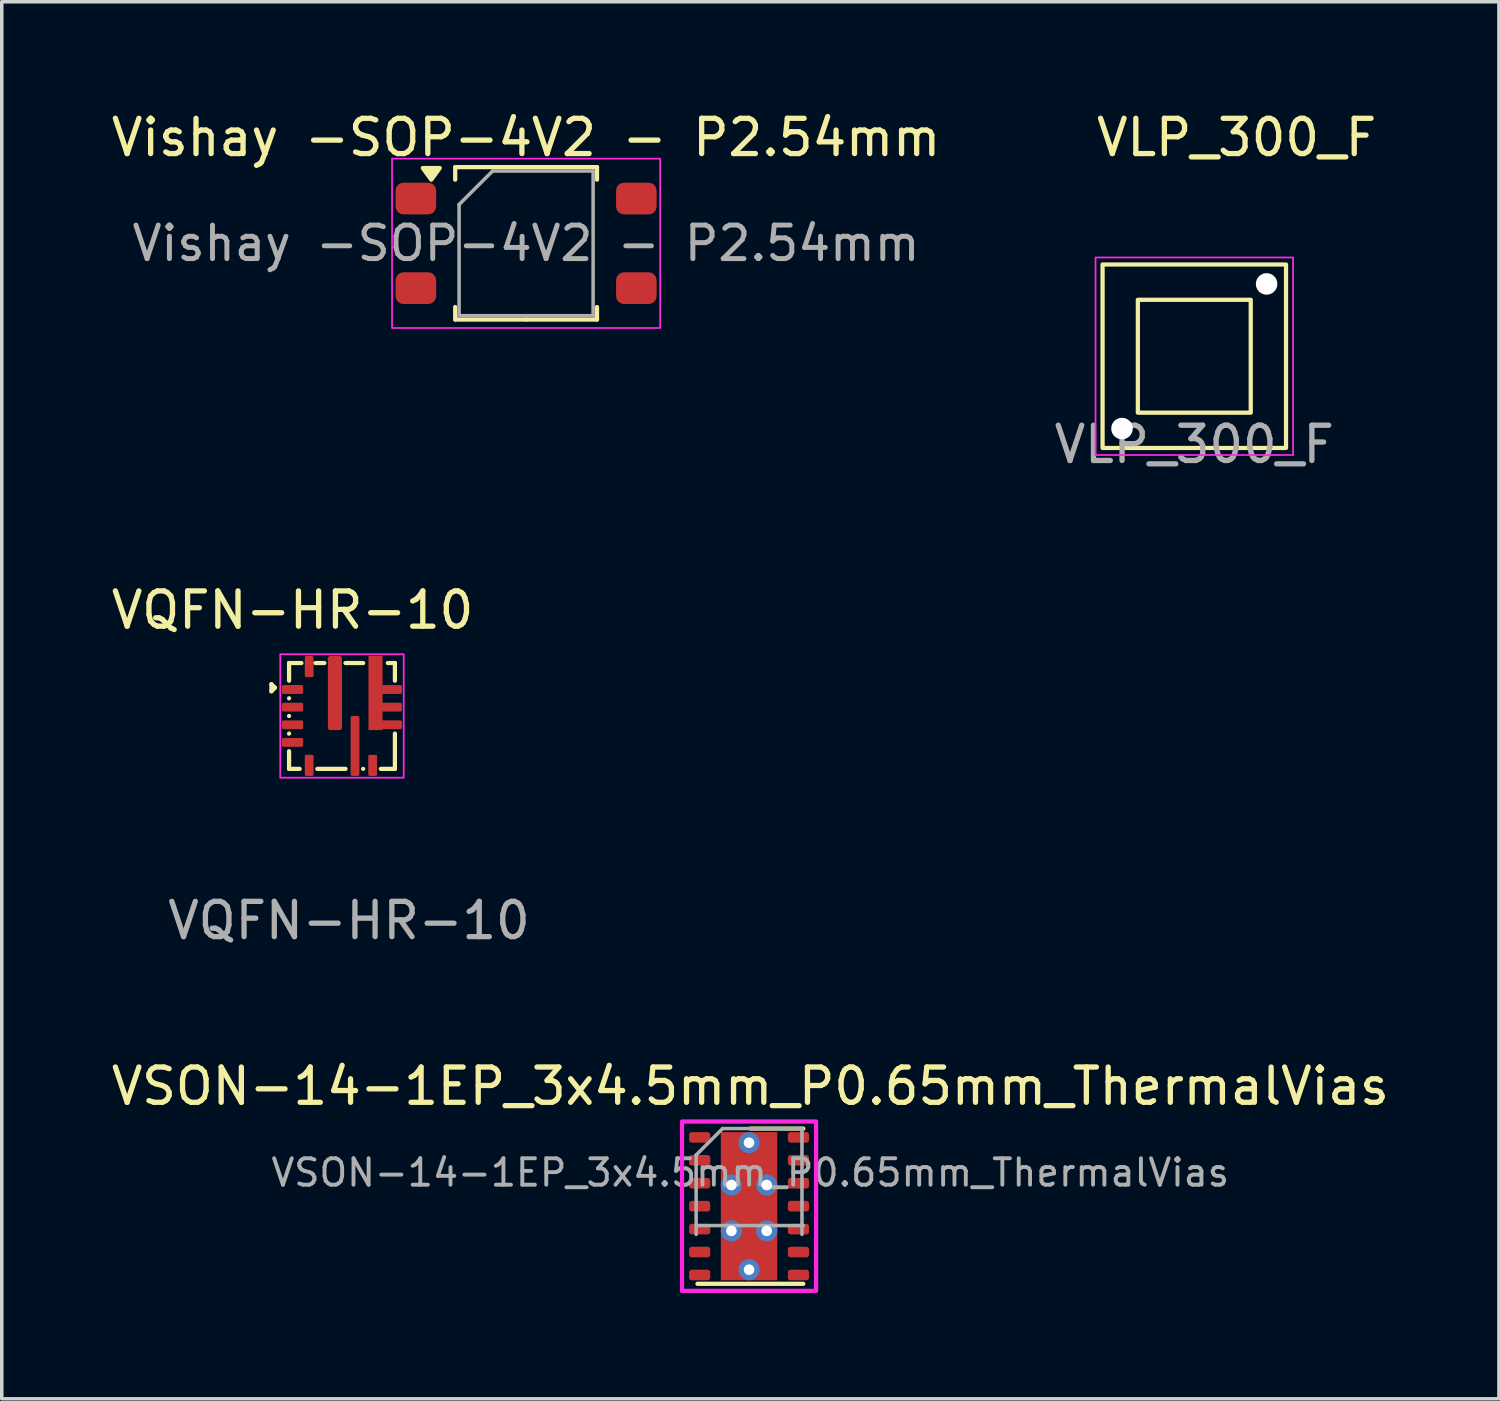
<source format=kicad_pcb>
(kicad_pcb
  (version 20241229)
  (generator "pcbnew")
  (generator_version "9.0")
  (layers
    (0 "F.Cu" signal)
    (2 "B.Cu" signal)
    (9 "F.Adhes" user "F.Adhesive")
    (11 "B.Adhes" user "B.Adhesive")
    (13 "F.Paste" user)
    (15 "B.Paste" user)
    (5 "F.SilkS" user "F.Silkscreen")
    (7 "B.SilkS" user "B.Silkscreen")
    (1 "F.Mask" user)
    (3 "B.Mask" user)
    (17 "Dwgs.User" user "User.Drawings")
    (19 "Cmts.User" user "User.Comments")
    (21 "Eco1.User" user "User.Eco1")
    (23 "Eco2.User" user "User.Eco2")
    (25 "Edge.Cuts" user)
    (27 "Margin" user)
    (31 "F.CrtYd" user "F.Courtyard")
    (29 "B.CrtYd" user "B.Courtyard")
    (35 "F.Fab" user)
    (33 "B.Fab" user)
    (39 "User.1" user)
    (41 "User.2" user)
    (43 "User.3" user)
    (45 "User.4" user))
  (footprint "VLP_300_F"
    (layer "F.Cu")
    (at 30.804 7.048)
    (property "Reference" "VLP_300_F" (at 1.2 -6.2 0) (unlocked yes) (layer "F.SilkS") (effects (font (size 1 1) (thickness 0.15))))
    (attr through_hole)
    (fp_rect (start -2.6 -2.6) (end 2.6 2.6) (stroke (width 0.12) (type default)) (fill no) (layer "F.SilkS"))
    (fp_rect (start -1.6 -1.6) (end 1.6 1.6) (stroke (width 0.12) (type default)) (fill no) (layer "F.SilkS"))
    (fp_rect (start -2.8 -2.8) (end 2.8 2.8) (stroke (width 0.05) (type default)) (fill no) (layer "F.CrtYd"))
    (fp_text user "${REFERENCE}" (at 0 2.5 0) (unlocked yes) (layer "F.Fab") (effects (font (size 1 1) (thickness 0.15))))
    (pad "" np_thru_hole circle (at -2.05 2.05) (size 0.61 0.61) (drill 0.61) (layers "*.Cu" "*.Mask"))
    (pad "" np_thru_hole circle (at 2.05 -2.05) (size 0.61 0.61) (drill 0.61) (layers "*.Cu" "*.Mask")))
  (footprint "VSON-14-1EP_3x4.5mm_P0.65mm_ThermalVias"
    (layer "F.Cu")
    (at 18.183 31.141)
    (property "Reference" "VSON-14-1EP_3x4.5mm_P0.65mm_ThermalVias" (at 0.037 -3.4 0) (layer "F.SilkS") (effects (font (size 1 1) (thickness 0.15))))
    (attr smd)
    (fp_line (start -1.462 2.2) (end 1.538 2.2) (stroke (width 0.12) (type solid)) (layer "F.SilkS"))
    (fp_line (start 0.037 -2.2) (end 1.538 -2.2) (stroke (width 0.12) (type solid)) (layer "F.SilkS"))
    (fp_rect (start -1.9 2.4) (end 1.9 -2.4) (stroke (width 0.12) (type default)) (fill no) (layer "F.CrtYd"))
    (fp_line (start -1.5 -1.45) (end -0.75 -2.2) (stroke (width 0.1) (type solid)) (layer "F.Fab"))
    (fp_line (start -1.5 0.8) (end -1.5 -1.45) (stroke (width 0.1) (type solid)) (layer "F.Fab"))
    (fp_line (start -0.75 -2.2) (end 1.5 -2.2) (stroke (width 0.1) (type solid)) (layer "F.Fab"))
    (fp_line (start 1.5 -2.2) (end 1.5 0.8) (stroke (width 0.1) (type solid)) (layer "F.Fab"))
    (fp_line (start 1.538 0.55) (end -1.462 0.55) (stroke (width 0.1) (type solid)) (layer "F.Fab"))
    (fp_text user "${REFERENCE}" (at 0.037 -0.95 0) (layer "F.Fab") (effects (font (size 0.75 0.75) (thickness 0.11))))
    (pad "1" smd roundrect (at -1.4 -1.95) (size 0.6 0.3) (layers "F.Cu" "F.Mask" "F.Paste") (roundrect_rratio 0.25))
    (pad "2" smd roundrect (at -1.4 -1.3) (size 0.6 0.3) (layers "F.Cu" "F.Mask" "F.Paste") (roundrect_rratio 0.25))
    (pad "3" smd roundrect (at -1.4 -0.65) (size 0.6 0.3) (layers "F.Cu" "F.Mask" "F.Paste") (roundrect_rratio 0.25))
    (pad "4" smd roundrect (at -1.4 0) (size 0.6 0.3) (layers "F.Cu" "F.Mask" "F.Paste") (roundrect_rratio 0.25))
    (pad "5" smd roundrect (at -1.4 0.65) (size 0.6 0.3) (layers "F.Cu" "F.Mask" "F.Paste") (roundrect_rratio 0.25))
    (pad "6" smd roundrect (at -1.4 1.3) (size 0.6 0.3) (layers "F.Cu" "F.Mask" "F.Paste") (roundrect_rratio 0.25))
    (pad "7" smd roundrect (at -1.4 1.95) (size 0.6 0.3) (layers "F.Cu" "F.Mask" "F.Paste") (roundrect_rratio 0.25))
    (pad "8" smd roundrect (at 1.4 1.95) (size 0.6 0.3) (layers "F.Cu" "F.Mask" "F.Paste") (roundrect_rratio 0.25))
    (pad "9" smd roundrect (at 1.4 1.3) (size 0.6 0.3) (layers "F.Cu" "F.Mask" "F.Paste") (roundrect_rratio 0.25))
    (pad "10" smd roundrect (at 1.4 0.65) (size 0.6 0.3) (layers "F.Cu" "F.Mask" "F.Paste") (roundrect_rratio 0.25))
    (pad "11" smd roundrect (at 1.4 0) (size 0.6 0.3) (layers "F.Cu" "F.Mask" "F.Paste") (roundrect_rratio 0.25))
    (pad "12" smd roundrect (at 1.4 -0.65) (size 0.6 0.3) (layers "F.Cu" "F.Mask" "F.Paste") (roundrect_rratio 0.25))
    (pad "13" smd roundrect (at 1.4 -1.3) (size 0.6 0.3) (layers "F.Cu" "F.Mask" "F.Paste") (roundrect_rratio 0.25))
    (pad "14" smd roundrect (at 1.4 -1.95) (size 0.6 0.3) (layers "F.Cu" "F.Mask" "F.Paste") (roundrect_rratio 0.25))
    (pad "15" thru_hole circle (at -0.5 -0.6) (size 0.6 0.6) (drill 0.3) (layers "*.Cu"))
    (pad "15" thru_hole circle (at -0.5 0.7) (size 0.6 0.6) (drill 0.3) (layers "*.Cu"))
    (pad "15" thru_hole circle (at 0 -1.8) (size 0.6 0.6) (drill 0.3) (layers "*.Cu"))
    (pad "15" smd rect (at 0 0) (size 1.6 4.2) (layers "F.Cu" "F.Mask"))
    (pad "15" thru_hole circle (at 0 1.8) (size 0.6 0.6) (drill 0.3) (layers "*.Cu"))
    (pad "15" thru_hole circle (at 0.5 -0.6) (size 0.6 0.6) (drill 0.3) (layers "*.Cu"))
    (pad "15" thru_hole circle (at 0.5 0.7) (size 0.6 0.6) (drill 0.3) (layers "*.Cu")))
  (footprint "Vishay -SOP-4V2 - P2.54mm"
    (layer "F.Cu")
    (at 11.863 3.848)
    (property "Reference" "Vishay -SOP-4V2 - P2.54mm" (at 0 -3 0) (layer "F.SilkS") (effects (font (size 1 1) (thickness 0.15))))
    (attr smd)
    (fp_line (start -2.01 -2.16) (end -2.01 -1.805) (stroke (width 0.12) (type solid)) (layer "F.SilkS"))
    (fp_line (start -2.01 2.16) (end -2.01 1.805) (stroke (width 0.12) (type solid)) (layer "F.SilkS"))
    (fp_line (start 0 -2.16) (end -2.01 -2.16) (stroke (width 0.12) (type solid)) (layer "F.SilkS"))
    (fp_line (start 0 -2.16) (end 2.01 -2.16) (stroke (width 0.12) (type solid)) (layer "F.SilkS"))
    (fp_line (start 0 2.16) (end -2.01 2.16) (stroke (width 0.12) (type solid)) (layer "F.SilkS"))
    (fp_line (start 0 2.16) (end 2.01 2.16) (stroke (width 0.12) (type solid)) (layer "F.SilkS"))
    (fp_line (start 2.01 -2.16) (end 2.01 -1.805) (stroke (width 0.12) (type solid)) (layer "F.SilkS"))
    (fp_line (start 2.01 2.16) (end 2.01 1.805) (stroke (width 0.12) (type solid)) (layer "F.SilkS"))
    (fp_poly (pts (xy -2.688 -1.805) (xy -2.928 -2.135) (xy -2.447 -2.135) (xy -2.688 -1.805)) (stroke (width 0.12) (type solid)) (fill yes) (layer "F.SilkS"))
    (fp_rect (start -3.8 -2.4) (end 3.8 2.4) (stroke (width 0.05) (type default)) (fill no) (layer "F.CrtYd"))
    (fp_line (start -1.9 -1.1) (end -0.95 -2.05) (stroke (width 0.1) (type solid)) (layer "F.Fab"))
    (fp_line (start -1.9 2.05) (end -1.9 -1.1) (stroke (width 0.1) (type solid)) (layer "F.Fab"))
    (fp_line (start -0.95 -2.05) (end 1.9 -2.05) (stroke (width 0.1) (type solid)) (layer "F.Fab"))
    (fp_line (start 1.9 -2.05) (end 1.9 2.05) (stroke (width 0.1) (type solid)) (layer "F.Fab"))
    (fp_line (start 1.9 2.05) (end -1.9 2.05) (stroke (width 0.1) (type solid)) (layer "F.Fab"))
    (fp_text user "${REFERENCE}" (at 0 0 0) (layer "F.Fab") (effects (font (size 0.95 0.95) (thickness 0.14))))
    (pad "1" smd roundrect (at -3.125 -1.27) (size 1.15 0.9) (layers "F.Cu" "F.Mask" "F.Paste") (roundrect_rratio 0.25))
    (pad "2" smd roundrect (at -3.125 1.27) (size 1.15 0.9) (layers "F.Cu" "F.Mask" "F.Paste") (roundrect_rratio 0.25))
    (pad "3" smd roundrect (at 3.125 1.27) (size 1.15 0.9) (layers "F.Cu" "F.Mask" "F.Paste") (roundrect_rratio 0.25))
    (pad "4" smd roundrect (at 3.125 -1.27) (size 1.15 0.9) (layers "F.Cu" "F.Mask" "F.Paste") (roundrect_rratio 0.25)))
  (footprint "VQFN-HR-10"
    (layer "F.Cu")
    (at 6.644 17.245)
    (property "Reference" "VQFN-HR-10" (at -1.4 -3 0) (unlocked yes) (layer "F.SilkS") (effects (font (size 1 1) (thickness 0.15))))
    (attr smd)
    (fp_line (start -2 -0.9) (end -1.9 -0.8) (stroke (width 0.12) (type default)) (layer "F.SilkS"))
    (fp_line (start -2 -0.7) (end -2 -0.9) (stroke (width 0.12) (type default)) (layer "F.SilkS"))
    (fp_line (start -1.9 -0.8) (end -2 -0.7) (stroke (width 0.12) (type default)) (layer "F.SilkS"))
    (fp_line (start -1.5 -1) (end -1.5 -1.5) (stroke (width 0.12) (type default)) (layer "F.SilkS"))
    (fp_line (start -1.5 -0.5) (end -1.5 -0.5) (stroke (width 0.12) (type default)) (layer "F.SilkS"))
    (fp_line (start -1.5 0) (end -1.5 0) (stroke (width 0.12) (type default)) (layer "F.SilkS"))
    (fp_line (start -1.5 0.5) (end -1.5 0.5) (stroke (width 0.12) (type default)) (layer "F.SilkS"))
    (fp_line (start -1.5 1.5) (end -1.5 1) (stroke (width 0.12) (type default)) (layer "F.SilkS"))
    (fp_line (start -1.2 1.5) (end -1.5 1.5) (stroke (width 0.12) (type default)) (layer "F.SilkS"))
    (fp_line (start -1.15 -1.5) (end -1.5 -1.5) (stroke (width 0.12) (type default)) (layer "F.SilkS"))
    (fp_line (start -0.5 -1.5) (end -0.75 -1.5) (stroke (width 0.12) (type default)) (layer "F.SilkS"))
    (fp_line (start 0.1 1.5) (end -0.7 1.5) (stroke (width 0.12) (type default)) (layer "F.SilkS"))
    (fp_line (start 0.6 -1.5) (end 0.1 -1.5) (stroke (width 0.12) (type default)) (layer "F.SilkS"))
    (fp_line (start 0.6 1.5) (end 0.6 1.5) (stroke (width 0.12) (type default)) (layer "F.SilkS"))
    (fp_line (start 1.3 -1.5) (end 1.5 -1.5) (stroke (width 0.12) (type default)) (layer "F.SilkS"))
    (fp_line (start 1.5 -1.5) (end 1.5 -1) (stroke (width 0.12) (type default)) (layer "F.SilkS"))
    (fp_line (start 1.5 1.5) (end 1.1 1.5) (stroke (width 0.12) (type default)) (layer "F.SilkS"))
    (fp_line (start 1.5 1.5) (end 1.5 0.5) (stroke (width 0.12) (type default)) (layer "F.SilkS"))
    (fp_rect (start -1.75 -1.75) (end 1.75 1.75) (stroke (width 0.05) (type default)) (fill no) (layer "F.CrtYd"))
    (fp_text user "${REFERENCE}" (at 0.2 5.8 0) (unlocked yes) (layer "F.Fab") (effects (font (size 1 1) (thickness 0.15))))
    (pad "1" smd roundrect (at -1.4 -0.75) (size 0.6 0.25) (layers "F.Cu" "F.Mask" "F.Paste") (roundrect_rratio 0.17))
    (pad "2" smd roundrect (at -1.4 -0.25) (size 0.6 0.25) (layers "F.Cu" "F.Mask" "F.Paste") (roundrect_rratio 0.17))
    (pad "3" smd roundrect (at -1.4 0.25) (size 0.6 0.25) (layers "F.Cu" "F.Mask" "F.Paste") (roundrect_rratio 0.17))
    (pad "4" smd roundrect (at -1.4 0.75) (size 0.6 0.25) (layers "F.Cu" "F.Mask" "F.Paste") (roundrect_rratio 0.17))
    (pad "5" smd roundrect (at -0.93 1.4 90) (size 0.6 0.25) (layers "F.Cu" "F.Mask" "F.Paste") (roundrect_rratio 0.17))
    (pad "6" smd roundrect (at 0.37 0.85 90) (size 1.7 0.25) (layers "F.Cu" "F.Mask" "F.Paste") (roundrect_rratio 0.17))
    (pad "7" smd roundrect (at 0.87 1.4 90) (size 0.6 0.25) (layers "F.Cu" "F.Mask" "F.Paste") (roundrect_rratio 0.17))
    (pad "8" smd custom (at 0.95 -0.65 90) (size 2.1 0.4) (layers "F.Cu" "F.Mask" "F.Paste") (options (anchor rect)) (primitives (gr_poly (pts (arc (start -0.22472 0.154804) (mid -0.260075 0.169408) (end -0.27472 0.204704)) (arc (start -0.27472 0.699604) (mid -0.289365 0.734959) (end -0.32472 0.749604)) (arc (start -0.47472 0.749604) (mid -0.510075 0.734959) (end -0.52472 0.699604)) (arc (start -0.52472 0.202755) (mid -0.539365 0.169408) (end -0.57475 0.154763)) (arc (start -0.72703 0.154763) (mid -0.760061 0.169434) (end -0.77472 0.204904)) (arc (start -0.77472 0.699604) (mid -0.789365 0.734959) (end -0.82472 0.749604)) (arc (start -0.97472 0.749604) (mid -1.010075 0.734959) (end -1.02472 0.699604)) (xy -1.025 0.15) (arc (start -1.02472 -0.100396) (mid -1.010075 -0.135751) (end -0.97472 -0.150396)) (arc (start 0.17528 -0.150396) (mid 0.210635 -0.135751) (end 0.22528 -0.100396)) (xy 0.225 0.155) (arc (start 0.22528 0.699604) (mid 0.210635 0.734959) (end 0.17528 0.749604)) (arc (start 0.02528 0.749604) (mid -0.010075 0.734959) (end -0.02472 0.699604)) (arc (start -0.02472 0.204763) (mid -0.03935 0.169405) (end -0.07472 0.154763)) (xy -0.225 0.155)) (width 0) (fill yes)) (gr_line (start -0.225 0.155) (end -0.225 0.155) (width 0.005))))
    (pad "9" smd roundrect (at -0.2 -0.65 90) (size 2.1 0.4) (layers "F.Cu" "F.Mask" "F.Paste") (roundrect_rratio 0.17))
    (pad "10" smd roundrect (at -0.93 -1.4 90) (size 0.6 0.25) (layers "F.Cu" "F.Mask" "F.Paste") (roundrect_rratio 0.17)))
  (gr_rect
    (start -3 -3)
    (end 39.44 36.601)
    (stroke (width 0.1) (type default))
    (fill no)
    (layer "Edge.Cuts")))
</source>
